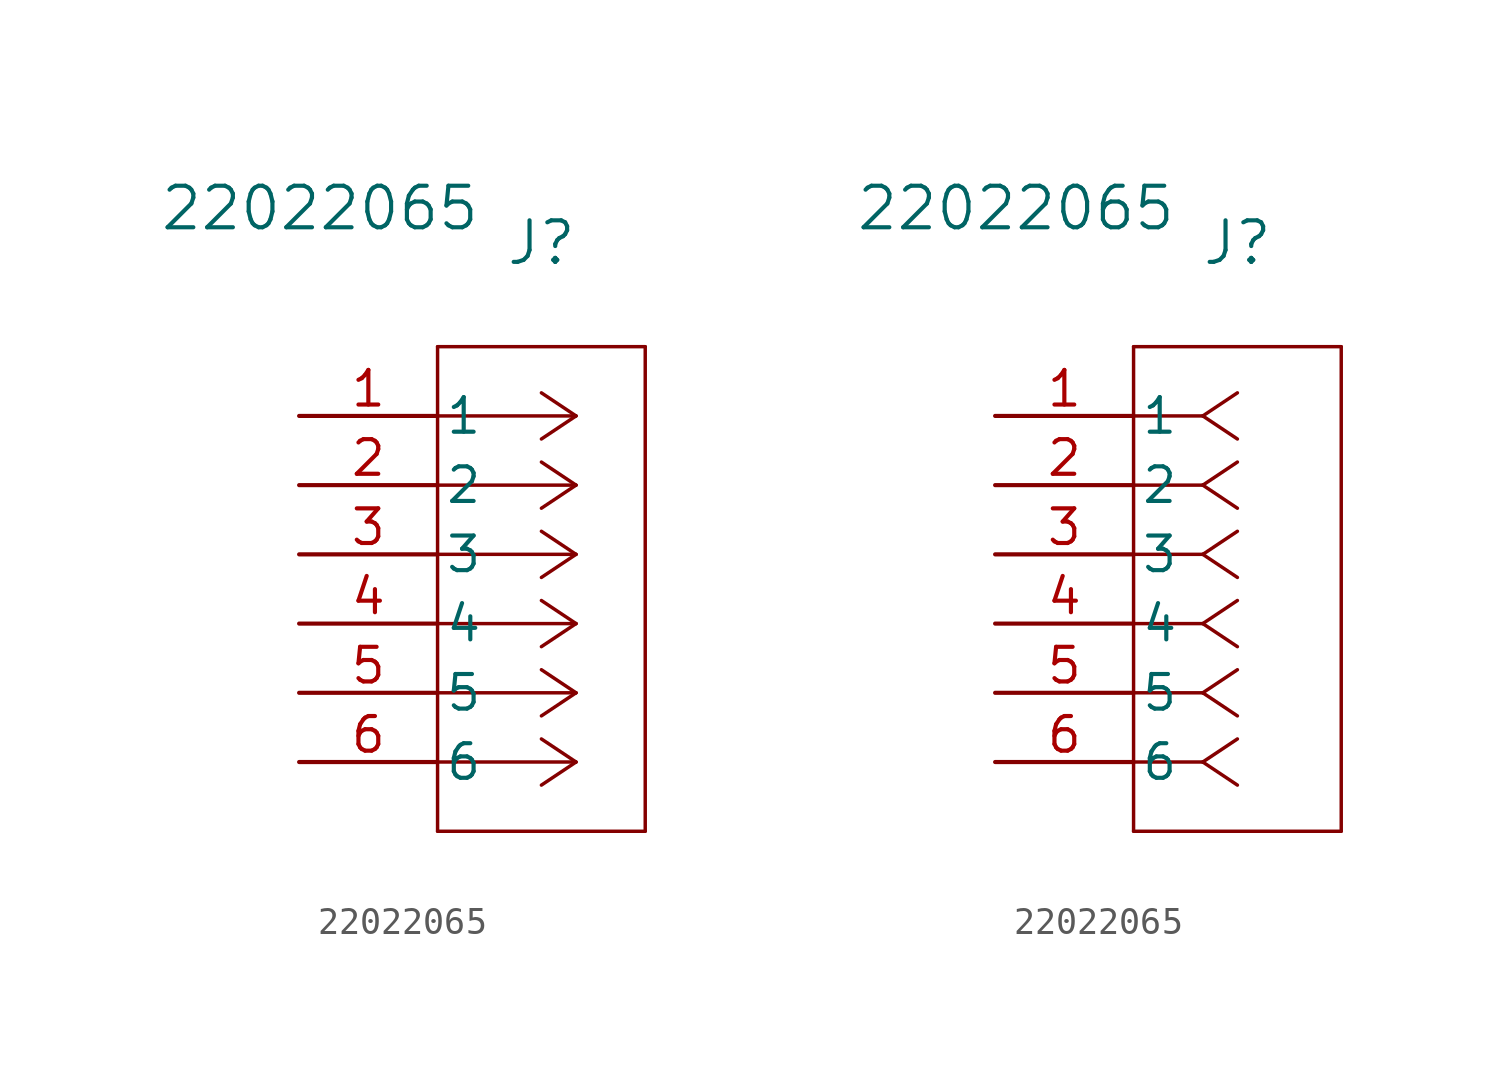
<source format=kicad_sym>
(kicad_symbol_lib
  (version 20231120)
  (generator "kicad_symbol_editor")
  (generator_version "8.0")
  (symbol "22022065"
    (pin_names
      (offset 0.254))
    (property "Reference" "J"
      (at 8.89 6.35 0)
      (effects (font (size 1.524 1.524))))
    (property "Value" "22022065"
      (at 0.762 7.62 0)
      (effects (font (size 1.524 1.524))))
    (property "ki_locked" ""
      (at 0 0 0)
      (effects (font (size 1.27 1.27))))
    (symbol "22022065_1_1"
      (polyline (pts (xy 5.08 -15.24) (xy 12.7 -15.24)) (stroke (width 0.127) (type default)) (fill (type none)))
      (polyline (pts (xy 5.08 2.54) (xy 5.08 -15.24)) (stroke (width 0.127) (type default)) (fill (type none)))
      (polyline (pts (xy 10.16 -12.7) (xy 5.08 -12.7)) (stroke (width 0.127) (type default)) (fill (type none)))
      (polyline (pts (xy 10.16 -12.7) (xy 8.89 -13.547)) (stroke (width 0.127) (type default)) (fill (type none)))
      (polyline (pts (xy 10.16 -12.7) (xy 8.89 -11.853)) (stroke (width 0.127) (type default)) (fill (type none)))
      (polyline (pts (xy 10.16 -10.16) (xy 5.08 -10.16)) (stroke (width 0.127) (type default)) (fill (type none)))
      (polyline (pts (xy 10.16 -10.16) (xy 8.89 -11.007)) (stroke (width 0.127) (type default)) (fill (type none)))
      (polyline (pts (xy 10.16 -10.16) (xy 8.89 -9.313)) (stroke (width 0.127) (type default)) (fill (type none)))
      (polyline (pts (xy 10.16 -7.62) (xy 5.08 -7.62)) (stroke (width 0.127) (type default)) (fill (type none)))
      (polyline (pts (xy 10.16 -7.62) (xy 8.89 -8.467)) (stroke (width 0.127) (type default)) (fill (type none)))
      (polyline (pts (xy 10.16 -7.62) (xy 8.89 -6.773)) (stroke (width 0.127) (type default)) (fill (type none)))
      (polyline (pts (xy 10.16 -5.08) (xy 5.08 -5.08)) (stroke (width 0.127) (type default)) (fill (type none)))
      (polyline (pts (xy 10.16 -5.08) (xy 8.89 -5.927)) (stroke (width 0.127) (type default)) (fill (type none)))
      (polyline (pts (xy 10.16 -5.08) (xy 8.89 -4.233)) (stroke (width 0.127) (type default)) (fill (type none)))
      (polyline (pts (xy 10.16 -2.54) (xy 5.08 -2.54)) (stroke (width 0.127) (type default)) (fill (type none)))
      (polyline (pts (xy 10.16 -2.54) (xy 8.89 -3.387)) (stroke (width 0.127) (type default)) (fill (type none)))
      (polyline (pts (xy 10.16 -2.54) (xy 8.89 -1.693)) (stroke (width 0.127) (type default)) (fill (type none)))
      (polyline (pts (xy 10.16 0) (xy 5.08 0)) (stroke (width 0.127) (type default)) (fill (type none)))
      (polyline (pts (xy 10.16 0) (xy 8.89 -0.847)) (stroke (width 0.127) (type default)) (fill (type none)))
      (polyline (pts (xy 10.16 0) (xy 8.89 0.847)) (stroke (width 0.127) (type default)) (fill (type none)))
      (polyline (pts (xy 12.7 -15.24) (xy 12.7 2.54)) (stroke (width 0.127) (type default)) (fill (type none)))
      (polyline (pts (xy 12.7 2.54) (xy 5.08 2.54)) (stroke (width 0.127) (type default)) (fill (type none)))
      (pin passive line (at 0 0 0) (length 5.08) (name "1" (effects (font (size 1.27 1.27)))) (number "1" (effects (font (size 1.27 1.27)))))
      (pin passive line (at 0 -2.54 0) (length 5.08) (name "2" (effects (font (size 1.27 1.27)))) (number "2" (effects (font (size 1.27 1.27)))))
      (pin passive line (at 0 -5.08 0) (length 5.08) (name "3" (effects (font (size 1.27 1.27)))) (number "3" (effects (font (size 1.27 1.27)))))
      (pin passive line (at 0 -7.62 0) (length 5.08) (name "4" (effects (font (size 1.27 1.27)))) (number "4" (effects (font (size 1.27 1.27)))))
      (pin passive line (at 0 -10.16 0) (length 5.08) (name "5" (effects (font (size 1.27 1.27)))) (number "5" (effects (font (size 1.27 1.27)))))
      (pin passive line (at 0 -12.7 0) (length 5.08) (name "6" (effects (font (size 1.27 1.27)))) (number "6" (effects (font (size 1.27 1.27))))))
    (symbol "22022065_1_2"
      (polyline (pts (xy 5.08 -15.24) (xy 12.7 -15.24)) (stroke (width 0.127) (type default)) (fill (type none)))
      (polyline (pts (xy 5.08 2.54) (xy 5.08 -15.24)) (stroke (width 0.127) (type default)) (fill (type none)))
      (polyline (pts (xy 7.62 -12.7) (xy 5.08 -12.7)) (stroke (width 0.127) (type default)) (fill (type none)))
      (polyline (pts (xy 7.62 -12.7) (xy 8.89 -13.547)) (stroke (width 0.127) (type default)) (fill (type none)))
      (polyline (pts (xy 7.62 -12.7) (xy 8.89 -11.853)) (stroke (width 0.127) (type default)) (fill (type none)))
      (polyline (pts (xy 7.62 -10.16) (xy 5.08 -10.16)) (stroke (width 0.127) (type default)) (fill (type none)))
      (polyline (pts (xy 7.62 -10.16) (xy 8.89 -11.007)) (stroke (width 0.127) (type default)) (fill (type none)))
      (polyline (pts (xy 7.62 -10.16) (xy 8.89 -9.313)) (stroke (width 0.127) (type default)) (fill (type none)))
      (polyline (pts (xy 7.62 -7.62) (xy 5.08 -7.62)) (stroke (width 0.127) (type default)) (fill (type none)))
      (polyline (pts (xy 7.62 -7.62) (xy 8.89 -8.467)) (stroke (width 0.127) (type default)) (fill (type none)))
      (polyline (pts (xy 7.62 -7.62) (xy 8.89 -6.773)) (stroke (width 0.127) (type default)) (fill (type none)))
      (polyline (pts (xy 7.62 -5.08) (xy 5.08 -5.08)) (stroke (width 0.127) (type default)) (fill (type none)))
      (polyline (pts (xy 7.62 -5.08) (xy 8.89 -5.927)) (stroke (width 0.127) (type default)) (fill (type none)))
      (polyline (pts (xy 7.62 -5.08) (xy 8.89 -4.233)) (stroke (width 0.127) (type default)) (fill (type none)))
      (polyline (pts (xy 7.62 -2.54) (xy 5.08 -2.54)) (stroke (width 0.127) (type default)) (fill (type none)))
      (polyline (pts (xy 7.62 -2.54) (xy 8.89 -3.387)) (stroke (width 0.127) (type default)) (fill (type none)))
      (polyline (pts (xy 7.62 -2.54) (xy 8.89 -1.693)) (stroke (width 0.127) (type default)) (fill (type none)))
      (polyline (pts (xy 7.62 0) (xy 5.08 0)) (stroke (width 0.127) (type default)) (fill (type none)))
      (polyline (pts (xy 7.62 0) (xy 8.89 -0.847)) (stroke (width 0.127) (type default)) (fill (type none)))
      (polyline (pts (xy 7.62 0) (xy 8.89 0.847)) (stroke (width 0.127) (type default)) (fill (type none)))
      (polyline (pts (xy 12.7 -15.24) (xy 12.7 2.54)) (stroke (width 0.127) (type default)) (fill (type none)))
      (polyline (pts (xy 12.7 2.54) (xy 5.08 2.54)) (stroke (width 0.127) (type default)) (fill (type none)))
      (pin passive line (at 0 0 0) (length 5.08) (name "1" (effects (font (size 1.27 1.27)))) (number "1" (effects (font (size 1.27 1.27)))))
      (pin passive line (at 0 -2.54 0) (length 5.08) (name "2" (effects (font (size 1.27 1.27)))) (number "2" (effects (font (size 1.27 1.27)))))
      (pin passive line (at 0 -5.08 0) (length 5.08) (name "3" (effects (font (size 1.27 1.27)))) (number "3" (effects (font (size 1.27 1.27)))))
      (pin passive line (at 0 -7.62 0) (length 5.08) (name "4" (effects (font (size 1.27 1.27)))) (number "4" (effects (font (size 1.27 1.27)))))
      (pin passive line (at 0 -10.16 0) (length 5.08) (name "5" (effects (font (size 1.27 1.27)))) (number "5" (effects (font (size 1.27 1.27)))))
      (pin passive line (at 0 -12.7 0) (length 5.08) (name "6" (effects (font (size 1.27 1.27)))) (number "6" (effects (font (size 1.27 1.27))))))))
</source>
